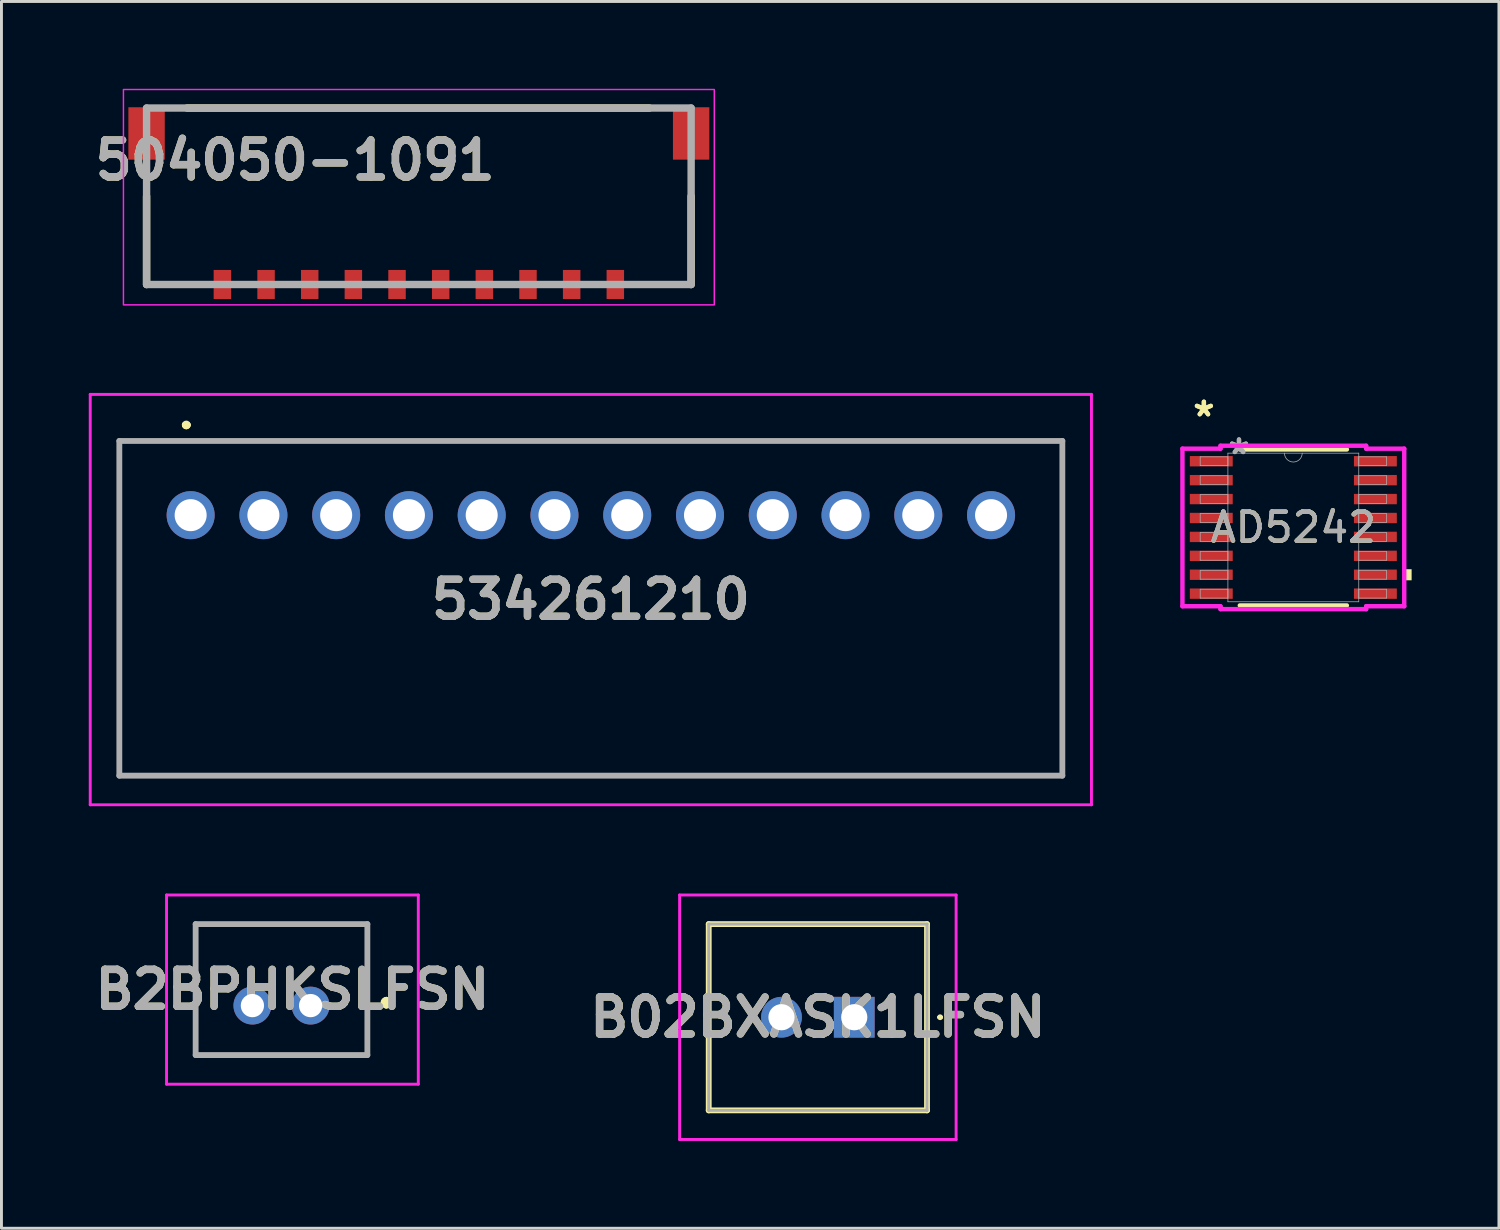
<source format=kicad_pcb>
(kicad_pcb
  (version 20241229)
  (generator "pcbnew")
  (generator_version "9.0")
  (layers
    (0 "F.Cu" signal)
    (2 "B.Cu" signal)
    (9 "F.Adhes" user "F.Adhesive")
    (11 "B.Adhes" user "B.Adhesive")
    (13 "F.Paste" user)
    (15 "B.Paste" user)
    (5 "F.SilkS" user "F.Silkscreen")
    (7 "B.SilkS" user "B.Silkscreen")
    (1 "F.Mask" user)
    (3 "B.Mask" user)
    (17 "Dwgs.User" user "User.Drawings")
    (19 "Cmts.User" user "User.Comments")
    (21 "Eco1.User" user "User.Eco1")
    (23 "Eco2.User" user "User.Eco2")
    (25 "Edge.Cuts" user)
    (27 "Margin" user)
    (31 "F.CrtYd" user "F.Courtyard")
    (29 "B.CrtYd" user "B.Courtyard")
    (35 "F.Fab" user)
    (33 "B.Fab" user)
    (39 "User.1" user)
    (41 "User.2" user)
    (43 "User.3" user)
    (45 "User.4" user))
  (footprint "534261210"
    (layer "F.Cu")
    (at 3.5 14.65)
    (property "Reference" "534261210" (at 13.75 2.9 0) (layer "F.SilkS") (effects (font (size 1.27 1.27) (thickness 0.254))))
    (attr through_hole)
    (fp_line (start -2.45 -2.55) (end 29.95 -2.55) (stroke (width 0.1) (type solid)) (layer "F.SilkS"))
    (fp_line (start -2.45 8.95) (end -2.45 -2.55) (stroke (width 0.1) (type solid)) (layer "F.SilkS"))
    (fp_line (start -0.2 -3.1) (end -0.2 -3.1) (stroke (width 0.2) (type solid)) (layer "F.SilkS"))
    (fp_line (start -0.2 -3.1) (end -0.2 -3.1) (stroke (width 0.2) (type solid)) (layer "F.SilkS"))
    (fp_line (start -0.1 -3.1) (end -0.1 -3.1) (stroke (width 0.2) (type solid)) (layer "F.SilkS"))
    (fp_line (start 29.95 -2.55) (end 29.95 8.95) (stroke (width 0.1) (type solid)) (layer "F.SilkS"))
    (fp_line (start 29.95 8.95) (end -2.45 8.95) (stroke (width 0.1) (type solid)) (layer "F.SilkS"))
    (fp_arc (start -0.2 -3.1) (mid -0.15 -3.15) (end -0.1 -3.1) (stroke (width 0.2) (type solid)) (layer "F.SilkS"))
    (fp_arc (start -0.1 -3.1) (mid -0.15 -3.05) (end -0.2 -3.1) (stroke (width 0.2) (type solid)) (layer "F.SilkS"))
    (fp_arc (start -0.1 -3.1) (mid -0.15 -3.05) (end -0.2 -3.1) (stroke (width 0.2) (type solid)) (layer "F.SilkS"))
    (fp_line (start -3.45 -4.15) (end 30.95 -4.15) (stroke (width 0.1) (type solid)) (layer "F.CrtYd"))
    (fp_line (start -3.45 9.95) (end -3.45 -4.15) (stroke (width 0.1) (type solid)) (layer "F.CrtYd"))
    (fp_line (start 30.95 -4.15) (end 30.95 9.95) (stroke (width 0.1) (type solid)) (layer "F.CrtYd"))
    (fp_line (start 30.95 9.95) (end -3.45 9.95) (stroke (width 0.1) (type solid)) (layer "F.CrtYd"))
    (fp_line (start -2.45 -2.55) (end -2.45 8.95) (stroke (width 0.2) (type solid)) (layer "F.Fab"))
    (fp_line (start -2.45 8.95) (end 29.95 8.95) (stroke (width 0.2) (type solid)) (layer "F.Fab"))
    (fp_line (start 29.95 -2.55) (end -2.45 -2.55) (stroke (width 0.2) (type solid)) (layer "F.Fab"))
    (fp_line (start 29.95 8.95) (end 29.95 -2.55) (stroke (width 0.2) (type solid)) (layer "F.Fab"))
    (fp_text user "${REFERENCE}" (at 13.75 2.9 0) (layer "F.Fab") (effects (font (size 1.27 1.27) (thickness 0.254))))
    (pad "1" thru_hole circle (at 0 0) (size 1.65 1.65) (drill 1.1) (layers "*.Cu" "*.Mask"))
    (pad "2" thru_hole circle (at 2.5 0) (size 1.65 1.65) (drill 1.1) (layers "*.Cu" "*.Mask"))
    (pad "3" thru_hole circle (at 5 0) (size 1.65 1.65) (drill 1.1) (layers "*.Cu" "*.Mask"))
    (pad "4" thru_hole circle (at 7.5 0) (size 1.65 1.65) (drill 1.1) (layers "*.Cu" "*.Mask"))
    (pad "5" thru_hole circle (at 10 0) (size 1.65 1.65) (drill 1.1) (layers "*.Cu" "*.Mask"))
    (pad "6" thru_hole circle (at 12.5 0) (size 1.65 1.65) (drill 1.1) (layers "*.Cu" "*.Mask"))
    (pad "7" thru_hole circle (at 15 0) (size 1.65 1.65) (drill 1.1) (layers "*.Cu" "*.Mask"))
    (pad "8" thru_hole circle (at 17.5 0) (size 1.65 1.65) (drill 1.1) (layers "*.Cu" "*.Mask"))
    (pad "9" thru_hole circle (at 20 0) (size 1.65 1.65) (drill 1.1) (layers "*.Cu" "*.Mask"))
    (pad "10" thru_hole circle (at 22.5 0) (size 1.65 1.65) (drill 1.1) (layers "*.Cu" "*.Mask"))
    (pad "11" thru_hole circle (at 25 0) (size 1.65 1.65) (drill 1.1) (layers "*.Cu" "*.Mask"))
    (pad "12" thru_hole circle (at 27.5 0) (size 1.65 1.65) (drill 1.1) (layers "*.Cu" "*.Mask")))
  (footprint "B02BXASK1LFSN"
    (layer "F.Cu")
    (at 26.3 31.9)
    (property "Reference" "B02BXASK1LFSN" (at -1.25 0 0) (layer "F.SilkS") (effects (font (size 1.27 1.27) (thickness 0.254))))
    (attr through_hole)
    (fp_line (start -5 -3.2) (end 2.5 -3.2) (stroke (width 0.2) (type solid)) (layer "F.SilkS"))
    (fp_line (start -5 3.2) (end -5 -3.2) (stroke (width 0.2) (type solid)) (layer "F.SilkS"))
    (fp_line (start 2.5 -3.2) (end 2.5 3.2) (stroke (width 0.2) (type solid)) (layer "F.SilkS"))
    (fp_line (start 2.5 3.2) (end -5 3.2) (stroke (width 0.2) (type solid)) (layer "F.SilkS"))
    (fp_line (start 2.9 0) (end 2.9 0) (stroke (width 0.1) (type solid)) (layer "F.SilkS"))
    (fp_line (start 3 0) (end 3 0) (stroke (width 0.1) (type solid)) (layer "F.SilkS"))
    (fp_arc (start 2.9 0) (mid 2.95 -0.05) (end 3 0) (stroke (width 0.1) (type solid)) (layer "F.SilkS"))
    (fp_arc (start 3 0) (mid 2.95 0.05) (end 2.9 0) (stroke (width 0.1) (type solid)) (layer "F.SilkS"))
    (fp_line (start -6 -4.2) (end 3.5 -4.2) (stroke (width 0.1) (type solid)) (layer "F.CrtYd"))
    (fp_line (start -6 4.2) (end -6 -4.2) (stroke (width 0.1) (type solid)) (layer "F.CrtYd"))
    (fp_line (start 3.5 -4.2) (end 3.5 4.2) (stroke (width 0.1) (type solid)) (layer "F.CrtYd"))
    (fp_line (start 3.5 4.2) (end -6 4.2) (stroke (width 0.1) (type solid)) (layer "F.CrtYd"))
    (fp_line (start -5 -3.2) (end 2.5 -3.2) (stroke (width 0.1) (type solid)) (layer "F.Fab"))
    (fp_line (start -5 3.2) (end -5 -3.2) (stroke (width 0.1) (type solid)) (layer "F.Fab"))
    (fp_line (start 2.5 -3.2) (end 2.5 3.2) (stroke (width 0.1) (type solid)) (layer "F.Fab"))
    (fp_line (start 2.5 3.2) (end -5 3.2) (stroke (width 0.1) (type solid)) (layer "F.Fab"))
    (fp_text user "${REFERENCE}" (at -1.25 0 0) (layer "F.Fab") (effects (font (size 1.27 1.27) (thickness 0.254))))
    (pad "1" thru_hole rect (at 0 0) (size 1.4 1.4) (drill 0.9) (layers "*.Cu" "*.Mask"))
    (pad "2" thru_hole circle (at -2.5 0) (size 1.4 1.4) (drill 0.9) (layers "*.Cu" "*.Mask")))
  (footprint "504050-1091"
    (layer "F.Cu")
    (at 18.091 6.725)
    (property "Reference" "504050-1091" (at -11.003 -4.269 0) (layer "F.SilkS") (effects (font (size 1.27 1.27) (thickness 0.254))))
    (attr smd)
    (fp_line (start -16.105 -3.032) (end -16.105 0) (stroke (width 0.254) (type solid)) (layer "F.SilkS"))
    (fp_line (start -14.712 -6.063) (end 1.17 -6.063) (stroke (width 0.254) (type solid)) (layer "F.SilkS"))
    (fp_line (start 2.605 -3.032) (end 2.605 0) (stroke (width 0.254) (type solid)) (layer "F.SilkS"))
    (fp_rect (start -16.9 -6.7) (end 3.4 0.7) (stroke (width 0.05) (type default)) (fill no) (layer "F.CrtYd"))
    (fp_line (start -16.105 -6.063) (end 2.605 -6.063) (stroke (width 0.254) (type solid)) (layer "F.Fab"))
    (fp_line (start -16.105 0) (end -16.105 -6.063) (stroke (width 0.254) (type solid)) (layer "F.Fab"))
    (fp_line (start 2.605 -6.063) (end 2.605 0) (stroke (width 0.254) (type solid)) (layer "F.Fab"))
    (fp_line (start 2.605 0) (end -16.105 0) (stroke (width 0.254) (type solid)) (layer "F.Fab"))
    (fp_text user "${REFERENCE}" (at -11.003 -4.269 0) (layer "F.Fab") (effects (font (size 1.27 1.27) (thickness 0.254))))
    (pad "1" smd rect (at -13.5 0) (size 0.6 1) (layers "F.Cu" "F.Mask" "F.Paste"))
    (pad "2" smd rect (at -12 0) (size 0.6 1) (layers "F.Cu" "F.Mask" "F.Paste"))
    (pad "3" smd rect (at -10.5 0) (size 0.6 1) (layers "F.Cu" "F.Mask" "F.Paste"))
    (pad "4" smd rect (at -9 0) (size 0.6 1) (layers "F.Cu" "F.Mask" "F.Paste"))
    (pad "5" smd rect (at -7.5 0) (size 0.6 1) (layers "F.Cu" "F.Mask" "F.Paste"))
    (pad "6" smd rect (at -6 0) (size 0.6 1) (layers "F.Cu" "F.Mask" "F.Paste"))
    (pad "7" smd rect (at -4.5 0) (size 0.6 1) (layers "F.Cu" "F.Mask" "F.Paste"))
    (pad "8" smd rect (at -3 0) (size 0.6 1) (layers "F.Cu" "F.Mask" "F.Paste"))
    (pad "9" smd rect (at -1.5 0) (size 0.6 1) (layers "F.Cu" "F.Mask" "F.Paste"))
    (pad "10" smd rect (at 0 0) (size 0.6 1) (layers "F.Cu" "F.Mask" "F.Paste"))
    (pad "11" smd rect (at 2.605 -5.19) (size 1.25 1.8) (layers "F.Cu" "F.Mask" "F.Paste"))
    (pad "12" smd rect (at -16.105 -5.19) (size 1.25 1.8) (layers "F.Cu" "F.Mask" "F.Paste")))
  (footprint "AD5242"
    (layer "F.Cu")
    (at 41.386 15.072)
    (property "Reference" "AD5242" (at 0 0 0) (unlocked yes) (layer "F.SilkS") (effects (font (size 1 1) (thickness 0.15))))
    (attr smd)
    (fp_line (start -1.839 2.68) (end 1.839 2.68) (stroke (width 0.152) (type solid)) (layer "F.SilkS"))
    (fp_line (start 1.839 -2.68) (end -1.839 -2.68) (stroke (width 0.152) (type solid)) (layer "F.SilkS"))
    (fp_poly (pts (xy 4.064 1.435) (xy 4.064 1.816) (xy 3.81 1.816) (xy 3.81 1.435)) (stroke (width 0) (type solid)) (fill yes) (layer "F.SilkS"))
    (fp_line (start -3.81 -2.707) (end -2.502 -2.707) (stroke (width 0.152) (type solid)) (layer "F.CrtYd"))
    (fp_line (start -3.81 2.707) (end -3.81 -2.707) (stroke (width 0.152) (type solid)) (layer "F.CrtYd"))
    (fp_line (start -3.81 2.707) (end -2.502 2.707) (stroke (width 0.152) (type solid)) (layer "F.CrtYd"))
    (fp_line (start -2.502 -2.807) (end 2.502 -2.807) (stroke (width 0.152) (type solid)) (layer "F.CrtYd"))
    (fp_line (start -2.502 -2.707) (end -2.502 -2.807) (stroke (width 0.152) (type solid)) (layer "F.CrtYd"))
    (fp_line (start -2.502 2.807) (end -2.502 2.707) (stroke (width 0.152) (type solid)) (layer "F.CrtYd"))
    (fp_line (start 2.502 -2.807) (end 2.502 -2.707) (stroke (width 0.152) (type solid)) (layer "F.CrtYd"))
    (fp_line (start 2.502 2.707) (end 2.502 2.807) (stroke (width 0.152) (type solid)) (layer "F.CrtYd"))
    (fp_line (start 2.502 2.807) (end -2.502 2.807) (stroke (width 0.152) (type solid)) (layer "F.CrtYd"))
    (fp_line (start 3.81 -2.707) (end 2.502 -2.707) (stroke (width 0.152) (type solid)) (layer "F.CrtYd"))
    (fp_line (start 3.81 -2.707) (end 3.81 2.707) (stroke (width 0.152) (type solid)) (layer "F.CrtYd"))
    (fp_line (start 3.81 2.707) (end 2.502 2.707) (stroke (width 0.152) (type solid)) (layer "F.CrtYd"))
    (fp_line (start -3.2 -2.427) (end -3.2 -2.123) (stroke (width 0.025) (type solid)) (layer "F.Fab"))
    (fp_line (start -3.2 -2.123) (end -2.248 -2.123) (stroke (width 0.025) (type solid)) (layer "F.Fab"))
    (fp_line (start -3.2 -1.777) (end -3.2 -1.473) (stroke (width 0.025) (type solid)) (layer "F.Fab"))
    (fp_line (start -3.2 -1.473) (end -2.248 -1.473) (stroke (width 0.025) (type solid)) (layer "F.Fab"))
    (fp_line (start -3.2 -1.127) (end -3.2 -0.823) (stroke (width 0.025) (type solid)) (layer "F.Fab"))
    (fp_line (start -3.2 -0.823) (end -2.248 -0.823) (stroke (width 0.025) (type solid)) (layer "F.Fab"))
    (fp_line (start -3.2 -0.477) (end -3.2 -0.173) (stroke (width 0.025) (type solid)) (layer "F.Fab"))
    (fp_line (start -3.2 -0.173) (end -2.248 -0.173) (stroke (width 0.025) (type solid)) (layer "F.Fab"))
    (fp_line (start -3.2 0.173) (end -3.2 0.477) (stroke (width 0.025) (type solid)) (layer "F.Fab"))
    (fp_line (start -3.2 0.477) (end -2.248 0.477) (stroke (width 0.025) (type solid)) (layer "F.Fab"))
    (fp_line (start -3.2 0.823) (end -3.2 1.127) (stroke (width 0.025) (type solid)) (layer "F.Fab"))
    (fp_line (start -3.2 1.127) (end -2.248 1.127) (stroke (width 0.025) (type solid)) (layer "F.Fab"))
    (fp_line (start -3.2 1.473) (end -3.2 1.777) (stroke (width 0.025) (type solid)) (layer "F.Fab"))
    (fp_line (start -3.2 1.777) (end -2.248 1.777) (stroke (width 0.025) (type solid)) (layer "F.Fab"))
    (fp_line (start -3.2 2.123) (end -3.2 2.427) (stroke (width 0.025) (type solid)) (layer "F.Fab"))
    (fp_line (start -3.2 2.427) (end -2.248 2.427) (stroke (width 0.025) (type solid)) (layer "F.Fab"))
    (fp_line (start -2.248 -2.553) (end -2.248 2.553) (stroke (width 0.025) (type solid)) (layer "F.Fab"))
    (fp_line (start -2.248 -2.427) (end -3.2 -2.427) (stroke (width 0.025) (type solid)) (layer "F.Fab"))
    (fp_line (start -2.248 -2.123) (end -2.248 -2.427) (stroke (width 0.025) (type solid)) (layer "F.Fab"))
    (fp_line (start -2.248 -1.777) (end -3.2 -1.777) (stroke (width 0.025) (type solid)) (layer "F.Fab"))
    (fp_line (start -2.248 -1.473) (end -2.248 -1.777) (stroke (width 0.025) (type solid)) (layer "F.Fab"))
    (fp_line (start -2.248 -1.127) (end -3.2 -1.127) (stroke (width 0.025) (type solid)) (layer "F.Fab"))
    (fp_line (start -2.248 -0.823) (end -2.248 -1.127) (stroke (width 0.025) (type solid)) (layer "F.Fab"))
    (fp_line (start -2.248 -0.477) (end -3.2 -0.477) (stroke (width 0.025) (type solid)) (layer "F.Fab"))
    (fp_line (start -2.248 -0.173) (end -2.248 -0.477) (stroke (width 0.025) (type solid)) (layer "F.Fab"))
    (fp_line (start -2.248 0.173) (end -3.2 0.173) (stroke (width 0.025) (type solid)) (layer "F.Fab"))
    (fp_line (start -2.248 0.477) (end -2.248 0.173) (stroke (width 0.025) (type solid)) (layer "F.Fab"))
    (fp_line (start -2.248 0.823) (end -3.2 0.823) (stroke (width 0.025) (type solid)) (layer "F.Fab"))
    (fp_line (start -2.248 1.127) (end -2.248 0.823) (stroke (width 0.025) (type solid)) (layer "F.Fab"))
    (fp_line (start -2.248 1.473) (end -3.2 1.473) (stroke (width 0.025) (type solid)) (layer "F.Fab"))
    (fp_line (start -2.248 1.777) (end -2.248 1.473) (stroke (width 0.025) (type solid)) (layer "F.Fab"))
    (fp_line (start -2.248 2.123) (end -3.2 2.123) (stroke (width 0.025) (type solid)) (layer "F.Fab"))
    (fp_line (start -2.248 2.427) (end -2.248 2.123) (stroke (width 0.025) (type solid)) (layer "F.Fab"))
    (fp_line (start -2.248 2.553) (end 2.248 2.553) (stroke (width 0.025) (type solid)) (layer "F.Fab"))
    (fp_line (start 2.248 -2.553) (end -2.248 -2.553) (stroke (width 0.025) (type solid)) (layer "F.Fab"))
    (fp_line (start 2.248 -2.427) (end 2.248 -2.123) (stroke (width 0.025) (type solid)) (layer "F.Fab"))
    (fp_line (start 2.248 -2.123) (end 3.2 -2.123) (stroke (width 0.025) (type solid)) (layer "F.Fab"))
    (fp_line (start 2.248 -1.777) (end 2.248 -1.473) (stroke (width 0.025) (type solid)) (layer "F.Fab"))
    (fp_line (start 2.248 -1.473) (end 3.2 -1.473) (stroke (width 0.025) (type solid)) (layer "F.Fab"))
    (fp_line (start 2.248 -1.127) (end 2.248 -0.823) (stroke (width 0.025) (type solid)) (layer "F.Fab"))
    (fp_line (start 2.248 -0.823) (end 3.2 -0.823) (stroke (width 0.025) (type solid)) (layer "F.Fab"))
    (fp_line (start 2.248 -0.477) (end 2.248 -0.173) (stroke (width 0.025) (type solid)) (layer "F.Fab"))
    (fp_line (start 2.248 -0.173) (end 3.2 -0.173) (stroke (width 0.025) (type solid)) (layer "F.Fab"))
    (fp_line (start 2.248 0.173) (end 2.248 0.477) (stroke (width 0.025) (type solid)) (layer "F.Fab"))
    (fp_line (start 2.248 0.477) (end 3.2 0.477) (stroke (width 0.025) (type solid)) (layer "F.Fab"))
    (fp_line (start 2.248 0.823) (end 2.248 1.127) (stroke (width 0.025) (type solid)) (layer "F.Fab"))
    (fp_line (start 2.248 1.127) (end 3.2 1.127) (stroke (width 0.025) (type solid)) (layer "F.Fab"))
    (fp_line (start 2.248 1.473) (end 2.248 1.777) (stroke (width 0.025) (type solid)) (layer "F.Fab"))
    (fp_line (start 2.248 1.777) (end 3.2 1.777) (stroke (width 0.025) (type solid)) (layer "F.Fab"))
    (fp_line (start 2.248 2.123) (end 2.248 2.427) (stroke (width 0.025) (type solid)) (layer "F.Fab"))
    (fp_line (start 2.248 2.427) (end 3.2 2.427) (stroke (width 0.025) (type solid)) (layer "F.Fab"))
    (fp_line (start 2.248 2.553) (end 2.248 -2.553) (stroke (width 0.025) (type solid)) (layer "F.Fab"))
    (fp_line (start 3.2 -2.427) (end 2.248 -2.427) (stroke (width 0.025) (type solid)) (layer "F.Fab"))
    (fp_line (start 3.2 -2.123) (end 3.2 -2.427) (stroke (width 0.025) (type solid)) (layer "F.Fab"))
    (fp_line (start 3.2 -1.777) (end 2.248 -1.777) (stroke (width 0.025) (type solid)) (layer "F.Fab"))
    (fp_line (start 3.2 -1.473) (end 3.2 -1.777) (stroke (width 0.025) (type solid)) (layer "F.Fab"))
    (fp_line (start 3.2 -1.127) (end 2.248 -1.127) (stroke (width 0.025) (type solid)) (layer "F.Fab"))
    (fp_line (start 3.2 -0.823) (end 3.2 -1.127) (stroke (width 0.025) (type solid)) (layer "F.Fab"))
    (fp_line (start 3.2 -0.477) (end 2.248 -0.477) (stroke (width 0.025) (type solid)) (layer "F.Fab"))
    (fp_line (start 3.2 -0.173) (end 3.2 -0.477) (stroke (width 0.025) (type solid)) (layer "F.Fab"))
    (fp_line (start 3.2 0.173) (end 2.248 0.173) (stroke (width 0.025) (type solid)) (layer "F.Fab"))
    (fp_line (start 3.2 0.477) (end 3.2 0.173) (stroke (width 0.025) (type solid)) (layer "F.Fab"))
    (fp_line (start 3.2 0.823) (end 2.248 0.823) (stroke (width 0.025) (type solid)) (layer "F.Fab"))
    (fp_line (start 3.2 1.127) (end 3.2 0.823) (stroke (width 0.025) (type solid)) (layer "F.Fab"))
    (fp_line (start 3.2 1.473) (end 2.248 1.473) (stroke (width 0.025) (type solid)) (layer "F.Fab"))
    (fp_line (start 3.2 1.777) (end 3.2 1.473) (stroke (width 0.025) (type solid)) (layer "F.Fab"))
    (fp_line (start 3.2 2.123) (end 2.248 2.123) (stroke (width 0.025) (type solid)) (layer "F.Fab"))
    (fp_line (start 3.2 2.427) (end 3.2 2.123) (stroke (width 0.025) (type solid)) (layer "F.Fab"))
    (fp_arc (start 0.3048 -2.5527) (mid 0 -2.2479) (end -0.3048 -2.5527) (stroke (width 0.0254) (type solid)) (layer "F.Fab"))
    (fp_text user "*" (at -3.073 -3.774 0) (unlocked yes) (layer "F.SilkS") (effects (font (size 1 1) (thickness 0.15))))
    (fp_text user "*" (at -3.073 -3.774 0) (layer "F.SilkS") (effects (font (size 1 1) (thickness 0.15))))
    (fp_text user "${REFERENCE}" (at 0 0 0) (unlocked yes) (layer "F.Fab") (effects (font (size 1 1) (thickness 0.15))))
    (fp_text user "*" (at -1.867 -2.477 0) (unlocked yes) (layer "F.Fab") (effects (font (size 1 1) (thickness 0.15))))
    (fp_text user "*" (at -1.867 -2.477 0) (layer "F.Fab") (effects (font (size 1 1) (thickness 0.15))))
    (pad "1" smd rect (at -2.819 -2.275) (size 1.473 0.356) (layers "F.Cu" "F.Mask" "F.Paste"))
    (pad "2" smd rect (at -2.819 -1.625) (size 1.473 0.356) (layers "F.Cu" "F.Mask" "F.Paste"))
    (pad "3" smd rect (at -2.819 -0.975) (size 1.473 0.356) (layers "F.Cu" "F.Mask" "F.Paste"))
    (pad "4" smd rect (at -2.819 -0.325) (size 1.473 0.356) (layers "F.Cu" "F.Mask" "F.Paste"))
    (pad "5" smd rect (at -2.819 0.325) (size 1.473 0.356) (layers "F.Cu" "F.Mask" "F.Paste"))
    (pad "6" smd rect (at -2.819 0.975) (size 1.473 0.356) (layers "F.Cu" "F.Mask" "F.Paste"))
    (pad "7" smd rect (at -2.819 1.625) (size 1.473 0.356) (layers "F.Cu" "F.Mask" "F.Paste"))
    (pad "8" smd rect (at -2.819 2.275) (size 1.473 0.356) (layers "F.Cu" "F.Mask" "F.Paste"))
    (pad "9" smd rect (at 2.819 2.275) (size 1.473 0.356) (layers "F.Cu" "F.Mask" "F.Paste"))
    (pad "10" smd rect (at 2.819 1.625) (size 1.473 0.356) (layers "F.Cu" "F.Mask" "F.Paste"))
    (pad "11" smd rect (at 2.819 0.975) (size 1.473 0.356) (layers "F.Cu" "F.Mask" "F.Paste"))
    (pad "12" smd rect (at 2.819 0.325) (size 1.473 0.356) (layers "F.Cu" "F.Mask" "F.Paste"))
    (pad "13" smd rect (at 2.819 -0.325) (size 1.473 0.356) (layers "F.Cu" "F.Mask" "F.Paste"))
    (pad "14" smd rect (at 2.819 -0.975) (size 1.473 0.356) (layers "F.Cu" "F.Mask" "F.Paste"))
    (pad "15" smd rect (at 2.819 -1.625) (size 1.473 0.356) (layers "F.Cu" "F.Mask" "F.Paste"))
    (pad "16" smd rect (at 2.819 -2.275) (size 1.473 0.356) (layers "F.Cu" "F.Mask" "F.Paste")))
  (footprint "B2BPHKSLFSN"
    (layer "F.Cu")
    (at 7.622 31.5)
    (property "Reference" "B2BPHKSLFSN" (at -0.625 -0.55 0) (layer "F.SilkS") (effects (font (size 1.27 1.27) (thickness 0.254))))
    (attr through_hole)
    (fp_line (start -3.95 -2.8) (end 1.95 -2.8) (stroke (width 0.1) (type solid)) (layer "F.SilkS"))
    (fp_line (start -3.95 1.7) (end -3.95 -2.8) (stroke (width 0.1) (type solid)) (layer "F.SilkS"))
    (fp_line (start 1.95 -2.8) (end 1.95 1.7) (stroke (width 0.1) (type solid)) (layer "F.SilkS"))
    (fp_line (start 1.95 1.7) (end -3.95 1.7) (stroke (width 0.1) (type solid)) (layer "F.SilkS"))
    (fp_line (start 2.6 -0.2) (end 2.6 -0.2) (stroke (width 0.2) (type solid)) (layer "F.SilkS"))
    (fp_line (start 2.6 0) (end 2.6 0) (stroke (width 0.2) (type solid)) (layer "F.SilkS"))
    (fp_arc (start 2.6 -0.2) (mid 2.7 -0.1) (end 2.6 0) (stroke (width 0.2) (type solid)) (layer "F.SilkS"))
    (fp_arc (start 2.6 0) (mid 2.5 -0.1) (end 2.6 -0.2) (stroke (width 0.2) (type solid)) (layer "F.SilkS"))
    (fp_line (start -4.95 -3.8) (end 3.7 -3.8) (stroke (width 0.1) (type solid)) (layer "F.CrtYd"))
    (fp_line (start -4.95 2.7) (end -4.95 -3.8) (stroke (width 0.1) (type solid)) (layer "F.CrtYd"))
    (fp_line (start 3.7 -3.8) (end 3.7 2.7) (stroke (width 0.1) (type solid)) (layer "F.CrtYd"))
    (fp_line (start 3.7 2.7) (end -4.95 2.7) (stroke (width 0.1) (type solid)) (layer "F.CrtYd"))
    (fp_line (start -3.95 -2.8) (end 1.95 -2.8) (stroke (width 0.2) (type solid)) (layer "F.Fab"))
    (fp_line (start -3.95 1.7) (end -3.95 -2.8) (stroke (width 0.2) (type solid)) (layer "F.Fab"))
    (fp_line (start 1.95 -2.8) (end 1.95 1.7) (stroke (width 0.2) (type solid)) (layer "F.Fab"))
    (fp_line (start 1.95 1.7) (end -3.95 1.7) (stroke (width 0.2) (type solid)) (layer "F.Fab"))
    (fp_text user "${REFERENCE}" (at -0.625 -0.55 0) (layer "F.Fab") (effects (font (size 1.27 1.27) (thickness 0.254))))
    (pad "1" thru_hole circle (at 0 0) (size 1.3 1.3) (drill 0.8) (layers "*.Cu" "*.Mask"))
    (pad "2" thru_hole circle (at -2 0) (size 1.3 1.3) (drill 0.8) (layers "*.Cu" "*.Mask")))
  (gr_rect
    (start -3 -3)
    (end 48.45 39.15)
    (stroke (width 0.1) (type default))
    (fill no)
    (layer "Edge.Cuts")))
</source>
